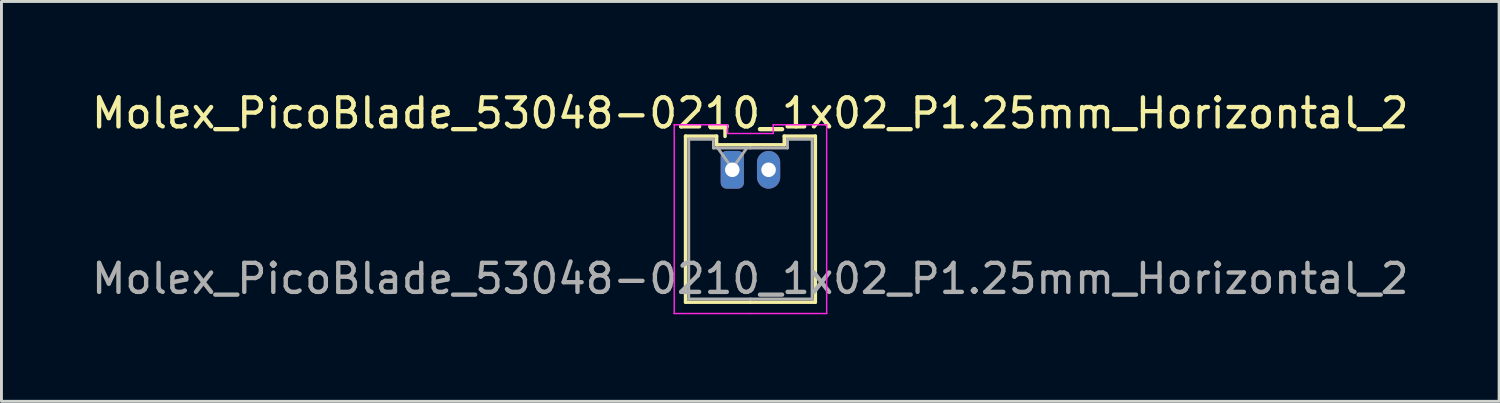
<source format=kicad_pcb>
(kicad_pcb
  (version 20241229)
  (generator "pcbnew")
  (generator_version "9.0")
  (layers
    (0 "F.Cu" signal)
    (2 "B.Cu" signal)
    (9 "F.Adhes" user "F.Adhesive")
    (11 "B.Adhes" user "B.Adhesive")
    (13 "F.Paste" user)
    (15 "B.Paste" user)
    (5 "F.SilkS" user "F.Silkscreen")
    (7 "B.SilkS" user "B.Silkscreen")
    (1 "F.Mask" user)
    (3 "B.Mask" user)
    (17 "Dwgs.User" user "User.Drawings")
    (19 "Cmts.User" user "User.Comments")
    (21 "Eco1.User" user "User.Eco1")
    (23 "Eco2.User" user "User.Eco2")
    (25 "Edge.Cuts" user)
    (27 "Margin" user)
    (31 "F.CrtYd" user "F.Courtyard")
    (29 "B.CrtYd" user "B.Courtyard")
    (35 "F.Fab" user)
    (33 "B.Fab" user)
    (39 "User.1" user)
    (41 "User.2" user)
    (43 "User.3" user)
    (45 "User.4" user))
  (footprint "Molex_PicoBlade_53048-0210_1x02_P1.25mm_Horizontal_2"
    (layer "F.Cu")
    (at 22.172 2.798)
    (property "Reference" "Molex_PicoBlade_53048-0210_1x02_P1.25mm_Horizontal_2" (at 0.62 -1.95 0) (layer "F.SilkS") (effects (font (size 1 1) (thickness 0.15))))
    (attr through_hole)
    (fp_line (start -1.61 -1.16) (end -1.61 4.56) (stroke (width 0.12) (type solid)) (layer "F.SilkS"))
    (fp_line (start -1.61 4.56) (end 0.625 4.56) (stroke (width 0.12) (type solid)) (layer "F.SilkS"))
    (fp_line (start -0.54 -1.16) (end -1.61 -1.16) (stroke (width 0.12) (type solid)) (layer "F.SilkS"))
    (fp_line (start -0.54 -0.86) (end -0.54 -1.16) (stroke (width 0.12) (type solid)) (layer "F.SilkS"))
    (fp_line (start -0.25 -1.45) (end -0.75 -1.45) (stroke (width 0.12) (type solid)) (layer "F.SilkS"))
    (fp_line (start -0.25 -1.15) (end -0.25 -1.45) (stroke (width 0.12) (type solid)) (layer "F.SilkS"))
    (fp_line (start 0.625 -0.86) (end -0.54 -0.86) (stroke (width 0.12) (type solid)) (layer "F.SilkS"))
    (fp_line (start 0.625 -0.86) (end 1.79 -0.86) (stroke (width 0.12) (type solid)) (layer "F.SilkS"))
    (fp_line (start 1.79 -1.16) (end 2.86 -1.16) (stroke (width 0.12) (type solid)) (layer "F.SilkS"))
    (fp_line (start 1.79 -0.86) (end 1.79 -1.16) (stroke (width 0.12) (type solid)) (layer "F.SilkS"))
    (fp_line (start 2.86 -1.16) (end 2.86 4.56) (stroke (width 0.12) (type solid)) (layer "F.SilkS"))
    (fp_line (start 2.86 4.56) (end 0.625 4.56) (stroke (width 0.12) (type solid)) (layer "F.SilkS"))
    (fp_line (start -2 -1.55) (end -2 4.95) (stroke (width 0.05) (type solid)) (layer "F.CrtYd"))
    (fp_line (start -2 4.95) (end 0.63 4.95) (stroke (width 0.05) (type solid)) (layer "F.CrtYd"))
    (fp_line (start -0.16 -1.55) (end -2 -1.55) (stroke (width 0.05) (type solid)) (layer "F.CrtYd"))
    (fp_line (start -0.16 -1.25) (end -0.16 -1.55) (stroke (width 0.05) (type solid)) (layer "F.CrtYd"))
    (fp_line (start 0.62 -1.25) (end 1.41 -1.25) (stroke (width 0.05) (type solid)) (layer "F.CrtYd"))
    (fp_line (start 0.63 -1.25) (end -0.16 -1.25) (stroke (width 0.05) (type solid)) (layer "F.CrtYd"))
    (fp_line (start 1.41 -1.55) (end 3.25 -1.55) (stroke (width 0.05) (type solid)) (layer "F.CrtYd"))
    (fp_line (start 1.41 -1.25) (end 1.41 -1.55) (stroke (width 0.05) (type solid)) (layer "F.CrtYd"))
    (fp_line (start 3.25 -1.55) (end 3.25 4.95) (stroke (width 0.05) (type solid)) (layer "F.CrtYd"))
    (fp_line (start 3.25 4.95) (end 0.62 4.95) (stroke (width 0.05) (type solid)) (layer "F.CrtYd"))
    (fp_line (start -1.5 -1.05) (end -1.5 4.45) (stroke (width 0.1) (type solid)) (layer "F.Fab"))
    (fp_line (start -1.5 4.45) (end 0.625 4.45) (stroke (width 0.1) (type solid)) (layer "F.Fab"))
    (fp_line (start -0.65 -1.05) (end -1.5 -1.05) (stroke (width 0.1) (type solid)) (layer "F.Fab"))
    (fp_line (start -0.65 -0.75) (end -0.65 -1.05) (stroke (width 0.1) (type solid)) (layer "F.Fab"))
    (fp_line (start -0.5 -0.75) (end 0 -0.043) (stroke (width 0.1) (type solid)) (layer "F.Fab"))
    (fp_line (start 0 -0.043) (end 0.5 -0.75) (stroke (width 0.1) (type solid)) (layer "F.Fab"))
    (fp_line (start 0.625 -0.75) (end -0.65 -0.75) (stroke (width 0.1) (type solid)) (layer "F.Fab"))
    (fp_line (start 0.625 -0.75) (end 1.9 -0.75) (stroke (width 0.1) (type solid)) (layer "F.Fab"))
    (fp_line (start 1.9 -1.05) (end 2.75 -1.05) (stroke (width 0.1) (type solid)) (layer "F.Fab"))
    (fp_line (start 1.9 -0.75) (end 1.9 -1.05) (stroke (width 0.1) (type solid)) (layer "F.Fab"))
    (fp_line (start 2.75 -1.05) (end 2.75 4.45) (stroke (width 0.1) (type solid)) (layer "F.Fab"))
    (fp_line (start 2.75 4.45) (end 0.625 4.45) (stroke (width 0.1) (type solid)) (layer "F.Fab"))
    (fp_text user "${REFERENCE}" (at 0.62 3.75 0) (layer "F.Fab") (effects (font (size 1 1) (thickness 0.15))))
    (pad "1" thru_hole roundrect (at 0 0) (size 0.8 1.3) (drill 0.5) (layers "*.Cu" "*.Mask") (roundrect_rratio 0.25))
    (pad "2" thru_hole oval (at 1.25 0) (size 0.8 1.3) (drill 0.5) (layers "*.Cu" "*.Mask")))
  (gr_rect
    (start -3 -3)
    (end 48.583 10.773)
    (stroke (width 0.1) (type default))
    (fill no)
    (layer "Edge.Cuts")))
</source>
